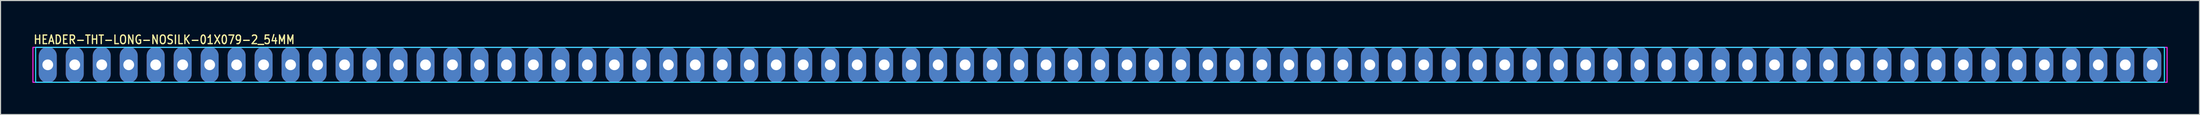
<source format=kicad_pcb>
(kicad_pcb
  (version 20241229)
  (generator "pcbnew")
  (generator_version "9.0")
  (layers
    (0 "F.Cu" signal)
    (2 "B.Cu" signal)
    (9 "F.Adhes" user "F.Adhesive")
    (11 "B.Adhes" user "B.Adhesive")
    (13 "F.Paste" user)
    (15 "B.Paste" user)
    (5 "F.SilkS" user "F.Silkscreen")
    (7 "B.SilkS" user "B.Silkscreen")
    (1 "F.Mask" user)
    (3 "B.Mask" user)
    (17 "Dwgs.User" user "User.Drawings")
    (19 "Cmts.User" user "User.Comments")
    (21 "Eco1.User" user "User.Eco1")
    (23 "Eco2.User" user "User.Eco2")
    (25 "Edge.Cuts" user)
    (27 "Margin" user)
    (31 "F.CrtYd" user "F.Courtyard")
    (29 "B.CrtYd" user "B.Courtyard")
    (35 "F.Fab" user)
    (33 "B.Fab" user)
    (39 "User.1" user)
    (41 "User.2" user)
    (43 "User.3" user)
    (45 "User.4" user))
  (footprint "HEADER-THT-LONG-NOSILK-01X079-2_54MM"
    (layer "F.Cu")
    (at 1.447 3.079)
    (property "Reference" "HEADER-THT-LONG-NOSILK-01X079-2_54MM" (at -1.4 -1.9 0) (unlocked yes) (layer "F.SilkS") (effects (font (size 0.813 0.695) (thickness 0.122)) (justify left bottom)))
    (fp_poly (pts (xy -1.143 -1.651) (xy 199.263 -1.651) (xy 199.263 1.651) (xy -1.143 1.651)) (stroke (width 0.1) (type solid)) (fill no) (layer "B.CrtYd"))
    (fp_poly (pts (xy -1.397 -1.651) (xy 199.517 -1.651) (xy 199.517 1.651) (xy -1.397 1.651)) (stroke (width 0.1) (type solid)) (fill no) (layer "F.CrtYd"))
    (pad "1" thru_hole oval (at 0 0 90) (size 3.387 1.693) (drill 1.016) (layers "*.Cu" "*.Mask"))
    (pad "2" thru_hole oval (at 2.54 0 90) (size 3.387 1.693) (drill 1.016) (layers "*.Cu" "*.Mask"))
    (pad "3" thru_hole oval (at 5.08 0 90) (size 3.387 1.693) (drill 1.016) (layers "*.Cu" "*.Mask"))
    (pad "4" thru_hole oval (at 7.62 0 90) (size 3.387 1.693) (drill 1.016) (layers "*.Cu" "*.Mask"))
    (pad "5" thru_hole oval (at 10.16 0 90) (size 3.387 1.693) (drill 1.016) (layers "*.Cu" "*.Mask"))
    (pad "6" thru_hole oval (at 12.7 0 90) (size 3.387 1.693) (drill 1.016) (layers "*.Cu" "*.Mask"))
    (pad "7" thru_hole oval (at 15.24 0 90) (size 3.387 1.693) (drill 1.016) (layers "*.Cu" "*.Mask"))
    (pad "8" thru_hole oval (at 17.78 0 90) (size 3.387 1.693) (drill 1.016) (layers "*.Cu" "*.Mask"))
    (pad "9" thru_hole oval (at 20.32 0 90) (size 3.387 1.693) (drill 1.016) (layers "*.Cu" "*.Mask"))
    (pad "10" thru_hole oval (at 22.86 0 90) (size 3.387 1.693) (drill 1.016) (layers "*.Cu" "*.Mask"))
    (pad "11" thru_hole oval (at 25.4 0 90) (size 3.387 1.693) (drill 1.016) (layers "*.Cu" "*.Mask"))
    (pad "12" thru_hole oval (at 27.94 0 90) (size 3.387 1.693) (drill 1.016) (layers "*.Cu" "*.Mask"))
    (pad "13" thru_hole oval (at 30.48 0 90) (size 3.387 1.693) (drill 1.016) (layers "*.Cu" "*.Mask"))
    (pad "14" thru_hole oval (at 33.02 0 90) (size 3.387 1.693) (drill 1.016) (layers "*.Cu" "*.Mask"))
    (pad "15" thru_hole oval (at 35.56 0 90) (size 3.387 1.693) (drill 1.016) (layers "*.Cu" "*.Mask"))
    (pad "16" thru_hole oval (at 38.1 0 90) (size 3.387 1.693) (drill 1.016) (layers "*.Cu" "*.Mask"))
    (pad "17" thru_hole oval (at 40.64 0 90) (size 3.387 1.693) (drill 1.016) (layers "*.Cu" "*.Mask"))
    (pad "18" thru_hole oval (at 43.18 0 90) (size 3.387 1.693) (drill 1.016) (layers "*.Cu" "*.Mask"))
    (pad "19" thru_hole oval (at 45.72 0 90) (size 3.387 1.693) (drill 1.016) (layers "*.Cu" "*.Mask"))
    (pad "20" thru_hole oval (at 48.26 0 90) (size 3.387 1.693) (drill 1.016) (layers "*.Cu" "*.Mask"))
    (pad "21" thru_hole oval (at 50.8 0 90) (size 3.387 1.693) (drill 1.016) (layers "*.Cu" "*.Mask"))
    (pad "22" thru_hole oval (at 53.34 0 90) (size 3.387 1.693) (drill 1.016) (layers "*.Cu" "*.Mask"))
    (pad "23" thru_hole oval (at 55.88 0 90) (size 3.387 1.693) (drill 1.016) (layers "*.Cu" "*.Mask"))
    (pad "24" thru_hole oval (at 58.42 0 90) (size 3.387 1.693) (drill 1.016) (layers "*.Cu" "*.Mask"))
    (pad "25" thru_hole oval (at 60.96 0 90) (size 3.387 1.693) (drill 1.016) (layers "*.Cu" "*.Mask"))
    (pad "26" thru_hole oval (at 63.5 0 90) (size 3.387 1.693) (drill 1.016) (layers "*.Cu" "*.Mask"))
    (pad "27" thru_hole oval (at 66.04 0 90) (size 3.387 1.693) (drill 1.016) (layers "*.Cu" "*.Mask"))
    (pad "28" thru_hole oval (at 68.58 0 90) (size 3.387 1.693) (drill 1.016) (layers "*.Cu" "*.Mask"))
    (pad "29" thru_hole oval (at 71.12 0 90) (size 3.387 1.693) (drill 1.016) (layers "*.Cu" "*.Mask"))
    (pad "30" thru_hole oval (at 73.66 0 90) (size 3.387 1.693) (drill 1.016) (layers "*.Cu" "*.Mask"))
    (pad "31" thru_hole oval (at 76.2 0 90) (size 3.387 1.693) (drill 1.016) (layers "*.Cu" "*.Mask"))
    (pad "32" thru_hole oval (at 78.74 0 90) (size 3.387 1.693) (drill 1.016) (layers "*.Cu" "*.Mask"))
    (pad "33" thru_hole oval (at 81.28 0 90) (size 3.387 1.693) (drill 1.016) (layers "*.Cu" "*.Mask"))
    (pad "34" thru_hole oval (at 83.82 0 90) (size 3.387 1.693) (drill 1.016) (layers "*.Cu" "*.Mask"))
    (pad "35" thru_hole oval (at 86.36 0 90) (size 3.387 1.693) (drill 1.016) (layers "*.Cu" "*.Mask"))
    (pad "36" thru_hole oval (at 88.9 0 90) (size 3.387 1.693) (drill 1.016) (layers "*.Cu" "*.Mask"))
    (pad "37" thru_hole oval (at 91.44 0 90) (size 3.387 1.693) (drill 1.016) (layers "*.Cu" "*.Mask"))
    (pad "38" thru_hole oval (at 93.98 0 90) (size 3.387 1.693) (drill 1.016) (layers "*.Cu" "*.Mask"))
    (pad "39" thru_hole oval (at 96.52 0 90) (size 3.387 1.693) (drill 1.016) (layers "*.Cu" "*.Mask"))
    (pad "40" thru_hole oval (at 99.06 0 90) (size 3.387 1.693) (drill 1.016) (layers "*.Cu" "*.Mask"))
    (pad "41" thru_hole oval (at 101.6 0 90) (size 3.387 1.693) (drill 1.016) (layers "*.Cu" "*.Mask"))
    (pad "42" thru_hole oval (at 104.14 0 90) (size 3.387 1.693) (drill 1.016) (layers "*.Cu" "*.Mask"))
    (pad "43" thru_hole oval (at 106.68 0 90) (size 3.387 1.693) (drill 1.016) (layers "*.Cu" "*.Mask"))
    (pad "44" thru_hole oval (at 109.22 0 90) (size 3.387 1.693) (drill 1.016) (layers "*.Cu" "*.Mask"))
    (pad "45" thru_hole oval (at 111.76 0 90) (size 3.387 1.693) (drill 1.016) (layers "*.Cu" "*.Mask"))
    (pad "46" thru_hole oval (at 114.3 0 90) (size 3.387 1.693) (drill 1.016) (layers "*.Cu" "*.Mask"))
    (pad "47" thru_hole oval (at 116.84 0 90) (size 3.387 1.693) (drill 1.016) (layers "*.Cu" "*.Mask"))
    (pad "48" thru_hole oval (at 119.38 0 90) (size 3.387 1.693) (drill 1.016) (layers "*.Cu" "*.Mask"))
    (pad "49" thru_hole oval (at 121.92 0 90) (size 3.387 1.693) (drill 1.016) (layers "*.Cu" "*.Mask"))
    (pad "50" thru_hole oval (at 124.46 0 90) (size 3.387 1.693) (drill 1.016) (layers "*.Cu" "*.Mask"))
    (pad "51" thru_hole oval (at 127 0 90) (size 3.387 1.693) (drill 1.016) (layers "*.Cu" "*.Mask"))
    (pad "52" thru_hole oval (at 129.54 0 90) (size 3.387 1.693) (drill 1.016) (layers "*.Cu" "*.Mask"))
    (pad "53" thru_hole oval (at 132.08 0 90) (size 3.387 1.693) (drill 1.016) (layers "*.Cu" "*.Mask"))
    (pad "54" thru_hole oval (at 134.62 0 90) (size 3.387 1.693) (drill 1.016) (layers "*.Cu" "*.Mask"))
    (pad "55" thru_hole oval (at 137.16 0 90) (size 3.387 1.693) (drill 1.016) (layers "*.Cu" "*.Mask"))
    (pad "56" thru_hole oval (at 139.7 0 90) (size 3.387 1.693) (drill 1.016) (layers "*.Cu" "*.Mask"))
    (pad "57" thru_hole oval (at 142.24 0 90) (size 3.387 1.693) (drill 1.016) (layers "*.Cu" "*.Mask"))
    (pad "58" thru_hole oval (at 144.78 0 90) (size 3.387 1.693) (drill 1.016) (layers "*.Cu" "*.Mask"))
    (pad "59" thru_hole oval (at 147.32 0 90) (size 3.387 1.693) (drill 1.016) (layers "*.Cu" "*.Mask"))
    (pad "60" thru_hole oval (at 149.86 0 90) (size 3.387 1.693) (drill 1.016) (layers "*.Cu" "*.Mask"))
    (pad "61" thru_hole oval (at 152.4 0 90) (size 3.387 1.693) (drill 1.016) (layers "*.Cu" "*.Mask"))
    (pad "62" thru_hole oval (at 154.94 0 90) (size 3.387 1.693) (drill 1.016) (layers "*.Cu" "*.Mask"))
    (pad "63" thru_hole oval (at 157.48 0 90) (size 3.387 1.693) (drill 1.016) (layers "*.Cu" "*.Mask"))
    (pad "64" thru_hole oval (at 160.02 0 90) (size 3.387 1.693) (drill 1.016) (layers "*.Cu" "*.Mask"))
    (pad "65" thru_hole oval (at 162.56 0 90) (size 3.387 1.693) (drill 1.016) (layers "*.Cu" "*.Mask"))
    (pad "66" thru_hole oval (at 165.1 0 90) (size 3.387 1.693) (drill 1.016) (layers "*.Cu" "*.Mask"))
    (pad "67" thru_hole oval (at 167.64 0 90) (size 3.387 1.693) (drill 1.016) (layers "*.Cu" "*.Mask"))
    (pad "68" thru_hole oval (at 170.18 0 90) (size 3.387 1.693) (drill 1.016) (layers "*.Cu" "*.Mask"))
    (pad "69" thru_hole oval (at 172.72 0 90) (size 3.387 1.693) (drill 1.016) (layers "*.Cu" "*.Mask"))
    (pad "70" thru_hole oval (at 175.26 0 90) (size 3.387 1.693) (drill 1.016) (layers "*.Cu" "*.Mask"))
    (pad "71" thru_hole oval (at 177.8 0 90) (size 3.387 1.693) (drill 1.016) (layers "*.Cu" "*.Mask"))
    (pad "72" thru_hole oval (at 180.34 0 90) (size 3.387 1.693) (drill 1.016) (layers "*.Cu" "*.Mask"))
    (pad "73" thru_hole oval (at 182.88 0 90) (size 3.387 1.693) (drill 1.016) (layers "*.Cu" "*.Mask"))
    (pad "74" thru_hole oval (at 185.42 0 90) (size 3.387 1.693) (drill 1.016) (layers "*.Cu" "*.Mask"))
    (pad "75" thru_hole oval (at 187.96 0 90) (size 3.387 1.693) (drill 1.016) (layers "*.Cu" "*.Mask"))
    (pad "76" thru_hole oval (at 190.5 0 90) (size 3.387 1.693) (drill 1.016) (layers "*.Cu" "*.Mask"))
    (pad "77" thru_hole oval (at 193.04 0 90) (size 3.387 1.693) (drill 1.016) (layers "*.Cu" "*.Mask"))
    (pad "78" thru_hole oval (at 195.58 0 90) (size 3.387 1.693) (drill 1.016) (layers "*.Cu" "*.Mask"))
    (pad "79" thru_hole oval (at 198.12 0 90) (size 3.387 1.693) (drill 1.016) (layers "*.Cu" "*.Mask")))
  (gr_rect
    (start -3 -3)
    (end 204.014 7.78)
    (stroke (width 0.1) (type default))
    (fill no)
    (layer "Edge.Cuts")))
</source>
